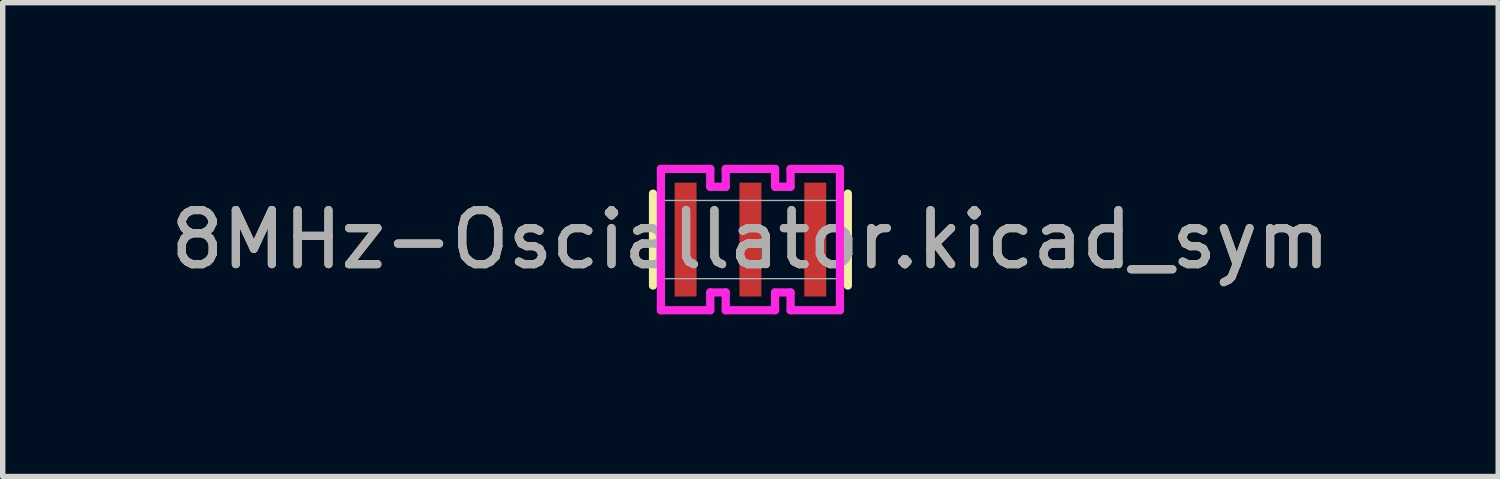
<source format=kicad_pcb>
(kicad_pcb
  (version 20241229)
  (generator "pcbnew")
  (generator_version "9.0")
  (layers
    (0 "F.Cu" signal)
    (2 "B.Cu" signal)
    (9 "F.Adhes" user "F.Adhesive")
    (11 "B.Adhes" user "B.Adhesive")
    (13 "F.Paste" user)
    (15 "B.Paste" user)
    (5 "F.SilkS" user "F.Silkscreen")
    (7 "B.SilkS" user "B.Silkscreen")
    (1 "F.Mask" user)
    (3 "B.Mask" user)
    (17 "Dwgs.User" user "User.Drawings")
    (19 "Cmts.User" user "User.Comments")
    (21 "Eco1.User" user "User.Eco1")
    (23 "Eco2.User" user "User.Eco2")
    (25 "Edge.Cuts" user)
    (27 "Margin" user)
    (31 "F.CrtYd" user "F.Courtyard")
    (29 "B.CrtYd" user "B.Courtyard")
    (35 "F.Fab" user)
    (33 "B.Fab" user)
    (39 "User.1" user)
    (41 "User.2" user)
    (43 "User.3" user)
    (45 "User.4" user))
  (footprint "8MHz-Osciallator.kicad_sym"
    (layer "F.Cu")
    (at 10.839 1.384)
    (property "Reference" "8MHz-Osciallator.kicad_sym" (at 0 0 0) (unlocked yes) (layer "F.SilkS") (effects (font (size 1 1) (thickness 0.15))))
    (attr smd)
    (fp_line (start -1.803 -0.851) (end -1.803 0.851) (stroke (width 0.152) (type solid)) (layer "F.SilkS"))
    (fp_line (start 1.803 0.851) (end 1.803 -0.851) (stroke (width 0.152) (type solid)) (layer "F.SilkS"))
    (fp_line (start -1.657 -1.308) (end -0.743 -1.308) (stroke (width 0.152) (type solid)) (layer "F.CrtYd"))
    (fp_line (start -1.657 1.308) (end -1.657 -1.308) (stroke (width 0.152) (type solid)) (layer "F.CrtYd"))
    (fp_line (start -1.657 1.308) (end -0.743 1.308) (stroke (width 0.152) (type solid)) (layer "F.CrtYd"))
    (fp_line (start -0.743 -1.308) (end -0.743 -0.978) (stroke (width 0.152) (type solid)) (layer "F.CrtYd"))
    (fp_line (start -0.743 -0.978) (end -0.457 -0.978) (stroke (width 0.152) (type solid)) (layer "F.CrtYd"))
    (fp_line (start -0.743 0.978) (end -0.457 0.978) (stroke (width 0.152) (type solid)) (layer "F.CrtYd"))
    (fp_line (start -0.743 1.308) (end -0.743 0.978) (stroke (width 0.152) (type solid)) (layer "F.CrtYd"))
    (fp_line (start -0.457 -1.308) (end 0.457 -1.308) (stroke (width 0.152) (type solid)) (layer "F.CrtYd"))
    (fp_line (start -0.457 -0.978) (end -0.457 -1.308) (stroke (width 0.152) (type solid)) (layer "F.CrtYd"))
    (fp_line (start -0.457 0.978) (end -0.457 1.308) (stroke (width 0.152) (type solid)) (layer "F.CrtYd"))
    (fp_line (start -0.457 1.308) (end 0.457 1.308) (stroke (width 0.152) (type solid)) (layer "F.CrtYd"))
    (fp_line (start 0.457 -0.978) (end 0.457 -1.308) (stroke (width 0.152) (type solid)) (layer "F.CrtYd"))
    (fp_line (start 0.457 0.978) (end 0.457 1.308) (stroke (width 0.152) (type solid)) (layer "F.CrtYd"))
    (fp_line (start 0.743 -1.308) (end 0.743 -0.978) (stroke (width 0.152) (type solid)) (layer "F.CrtYd"))
    (fp_line (start 0.743 -0.978) (end 0.457 -0.978) (stroke (width 0.152) (type solid)) (layer "F.CrtYd"))
    (fp_line (start 0.743 0.978) (end 0.457 0.978) (stroke (width 0.152) (type solid)) (layer "F.CrtYd"))
    (fp_line (start 0.743 1.308) (end 0.743 0.978) (stroke (width 0.152) (type solid)) (layer "F.CrtYd"))
    (fp_line (start 1.657 -1.308) (end 0.743 -1.308) (stroke (width 0.152) (type solid)) (layer "F.CrtYd"))
    (fp_line (start 1.657 -1.308) (end 1.657 1.308) (stroke (width 0.152) (type solid)) (layer "F.CrtYd"))
    (fp_line (start 1.657 1.308) (end 0.743 1.308) (stroke (width 0.152) (type solid)) (layer "F.CrtYd"))
    (fp_line (start -1.676 -0.724) (end -1.676 0.724) (stroke (width 0.025) (type solid)) (layer "F.Fab"))
    (fp_line (start -1.676 0.724) (end 1.676 0.724) (stroke (width 0.025) (type solid)) (layer "F.Fab"))
    (fp_line (start 1.676 -0.724) (end -1.676 -0.724) (stroke (width 0.025) (type solid)) (layer "F.Fab"))
    (fp_line (start 1.676 0.724) (end 1.676 -0.724) (stroke (width 0.025) (type solid)) (layer "F.Fab"))
    (fp_circle (center -1.6 0) (end -1.6 0) (stroke (width 0.025) (type solid)) (fill no) (layer "F.Fab"))
    (fp_text user "${REFERENCE}" (at 0 0 0) (unlocked yes) (layer "F.Fab") (effects (font (size 1 1) (thickness 0.15))))
    (pad "1" smd rect (at -1.2 0) (size 0.406 2.108) (layers "F.Cu" "F.Mask" "F.Paste"))
    (pad "2" smd rect (at 0 0) (size 0.406 2.108) (layers "F.Cu" "F.Mask" "F.Paste"))
    (pad "3" smd rect (at 1.2 0) (size 0.406 2.108) (layers "F.Cu" "F.Mask" "F.Paste"))
    (zone (net_name "") (layer "F.Cu") (hatch full 0.508) (connect_pads) (min_thickness 0.254) (filled_areas_thickness no) (keepout (tracks not_allowed) (vias not_allowed) (pads allowed) (copperpour not_allowed) (footprints allowed)) (placement (enabled no)) (fill) (polygon (pts (xy 10.585 0.711) (xy 9.893 0.711) (xy 9.893 2.057) (xy 10.585 2.057))))
    (zone (net_name "") (layer "F.Cu") (hatch full 0.508) (connect_pads) (min_thickness 0.254) (filled_areas_thickness no) (keepout (tracks not_allowed) (vias not_allowed) (pads allowed) (copperpour not_allowed) (footprints allowed)) (placement (enabled no)) (fill) (polygon (pts (xy 11.785 0.711) (xy 11.093 0.711) (xy 11.093 2.057) (xy 11.785 2.057)))))
  (gr_rect
    (start -3 -3)
    (end 24.679 5.769)
    (stroke (width 0.1) (type default))
    (fill no)
    (layer "Edge.Cuts")))
</source>
